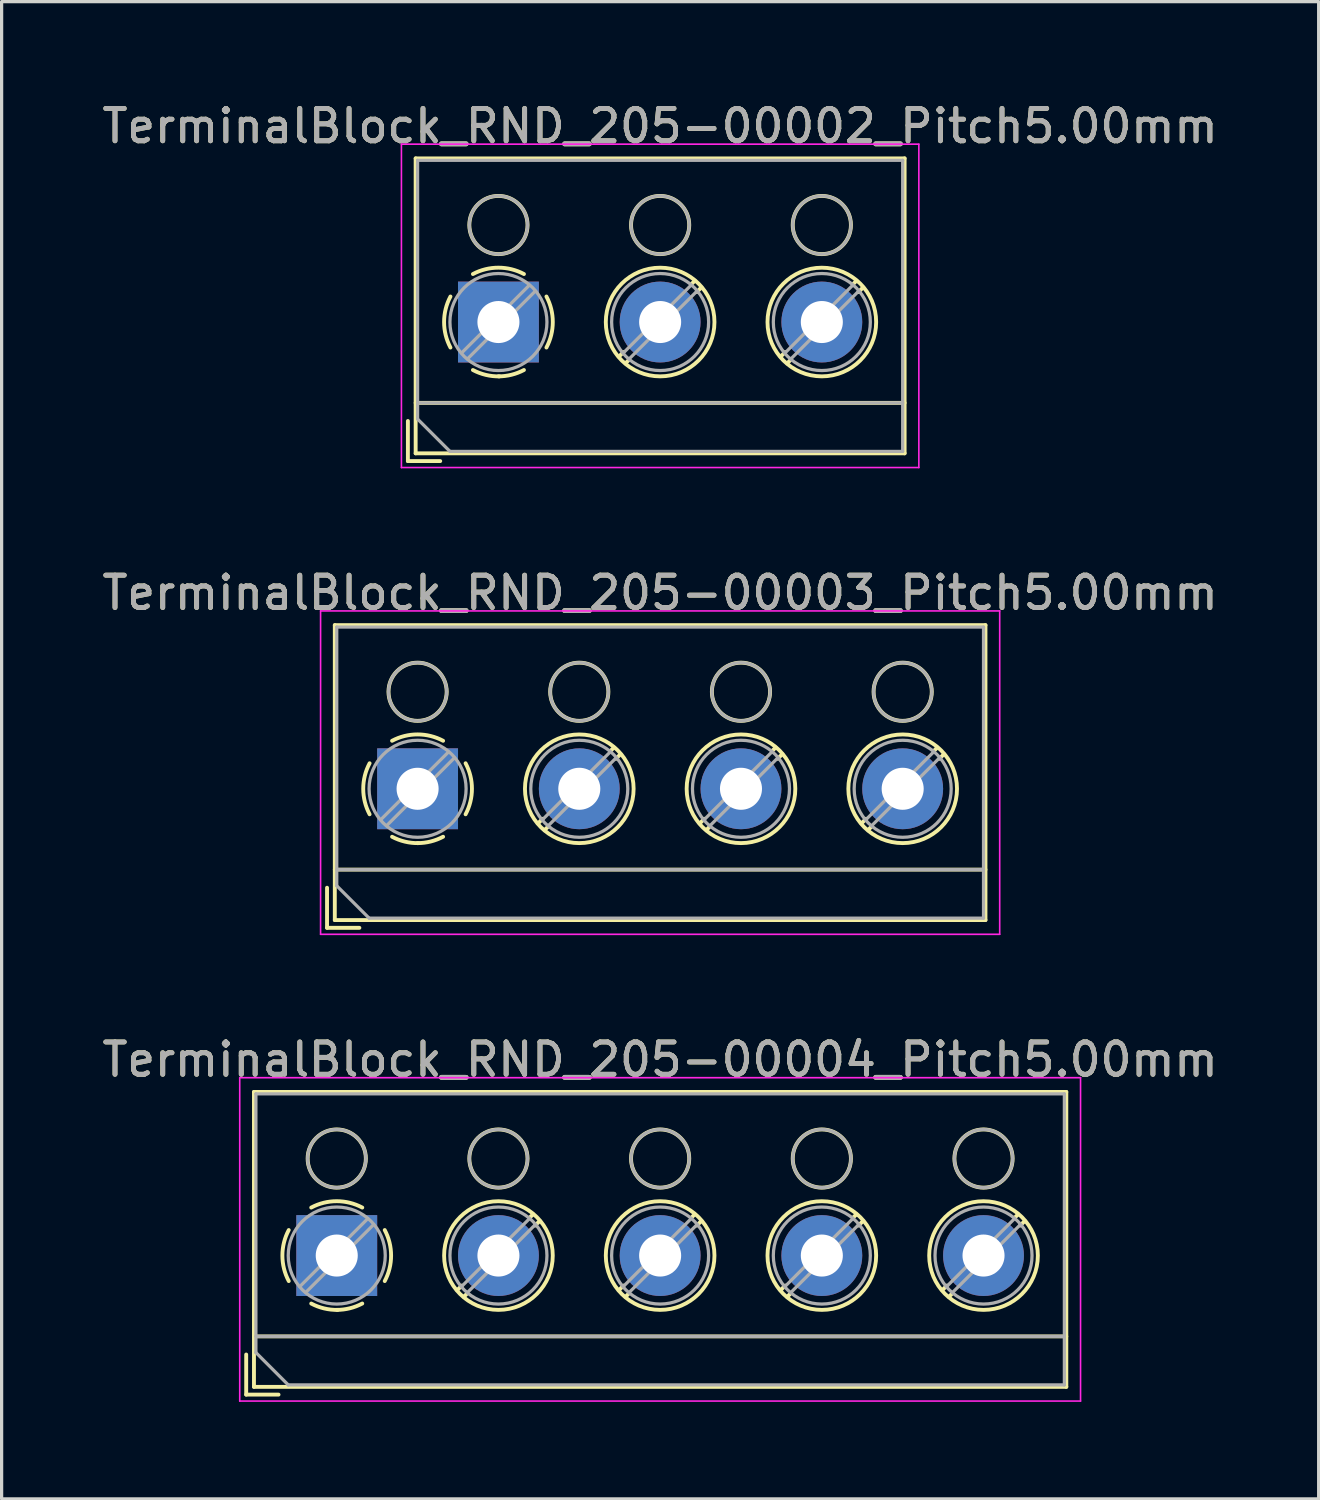
<source format=kicad_pcb>
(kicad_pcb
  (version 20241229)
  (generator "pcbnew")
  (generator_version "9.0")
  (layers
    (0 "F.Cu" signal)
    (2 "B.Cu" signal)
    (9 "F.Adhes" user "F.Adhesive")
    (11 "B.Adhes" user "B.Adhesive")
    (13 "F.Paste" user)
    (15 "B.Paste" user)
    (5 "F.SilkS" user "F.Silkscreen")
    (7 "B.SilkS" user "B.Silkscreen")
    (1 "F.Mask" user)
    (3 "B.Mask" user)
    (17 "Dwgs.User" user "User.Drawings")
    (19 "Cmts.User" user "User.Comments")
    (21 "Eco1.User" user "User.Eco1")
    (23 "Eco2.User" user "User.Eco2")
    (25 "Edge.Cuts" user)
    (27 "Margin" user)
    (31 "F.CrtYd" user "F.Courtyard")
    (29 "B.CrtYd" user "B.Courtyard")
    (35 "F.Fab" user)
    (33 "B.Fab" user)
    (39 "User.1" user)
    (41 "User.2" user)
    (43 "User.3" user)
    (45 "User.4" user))
  (footprint "TerminalBlock_RND_205-00002_Pitch5.00mm"
    (layer "F.Cu")
    (at 12.363 6.908)
    (property "Reference" "TerminalBlock_RND_205-00002_Pitch5.00mm" (at 5 -6.06 0) (layer "F.SilkS") (effects (font (size 1 1) (thickness 0.15))))
    (attr through_hole)
    (fp_line (start -2.8 3.06) (end -2.8 4.3) (stroke (width 0.12) (type solid)) (layer "F.SilkS"))
    (fp_line (start -2.8 4.3) (end -1.8 4.3) (stroke (width 0.12) (type solid)) (layer "F.SilkS"))
    (fp_line (start -2.56 -5.06) (end -2.56 4.06) (stroke (width 0.12) (type solid)) (layer "F.SilkS"))
    (fp_line (start -2.56 2.5) (end 12.56 2.5) (stroke (width 0.12) (type solid)) (layer "F.SilkS"))
    (fp_line (start -2.56 4.06) (end 12.56 4.06) (stroke (width 0.12) (type solid)) (layer "F.SilkS"))
    (fp_line (start 3.867 0.929) (end 3.726 1.069) (stroke (width 0.12) (type solid)) (layer "F.SilkS"))
    (fp_line (start 4.037 1.169) (end 3.931 1.274) (stroke (width 0.12) (type solid)) (layer "F.SilkS"))
    (fp_line (start 6.07 -1.275) (end 5.964 -1.169) (stroke (width 0.12) (type solid)) (layer "F.SilkS"))
    (fp_line (start 6.275 -1.069) (end 6.134 -0.929) (stroke (width 0.12) (type solid)) (layer "F.SilkS"))
    (fp_line (start 8.867 0.929) (end 8.726 1.069) (stroke (width 0.12) (type solid)) (layer "F.SilkS"))
    (fp_line (start 9.037 1.169) (end 8.931 1.274) (stroke (width 0.12) (type solid)) (layer "F.SilkS"))
    (fp_line (start 11.07 -1.275) (end 10.964 -1.169) (stroke (width 0.12) (type solid)) (layer "F.SilkS"))
    (fp_line (start 11.275 -1.069) (end 11.134 -0.929) (stroke (width 0.12) (type solid)) (layer "F.SilkS"))
    (fp_line (start 12.56 -5.06) (end -2.56 -5.06) (stroke (width 0.12) (type solid)) (layer "F.SilkS"))
    (fp_line (start 12.56 4.06) (end 12.56 -5.06) (stroke (width 0.12) (type solid)) (layer "F.SilkS"))
    (fp_arc (start -1.483953 0.789089) (mid -1.680708 0.00005) (end -1.484 -0.789) (stroke (width 0.12) (type solid)) (layer "F.SilkS"))
    (fp_arc (start -0.789089 -1.483953) (mid -0.00005 -1.680708) (end 0.789 -1.484) (stroke (width 0.12) (type solid)) (layer "F.SilkS"))
    (fp_arc (start 0.029383 1.68045) (mid -0.392304 1.634281) (end -0.789 1.484) (stroke (width 0.12) (type solid)) (layer "F.SilkS"))
    (fp_arc (start 0.788712 1.483352) (mid 0.406429 1.630097) (end 0 1.68) (stroke (width 0.12) (type solid)) (layer "F.SilkS"))
    (fp_arc (start 1.483953 -0.789089) (mid 1.680708 -0.00005) (end 1.484 0.789) (stroke (width 0.12) (type solid)) (layer "F.SilkS"))
    (fp_circle (center 0 -3) (end 0.9 -3) (stroke (width 0.12) (type solid)) (fill no) (layer "F.SilkS"))
    (fp_circle (center 5 -3) (end 5.9 -3) (stroke (width 0.12) (type solid)) (fill no) (layer "F.SilkS"))
    (fp_circle (center 5 0) (end 6.68 0) (stroke (width 0.12) (type solid)) (fill no) (layer "F.SilkS"))
    (fp_circle (center 10 -3) (end 10.9 -3) (stroke (width 0.12) (type solid)) (fill no) (layer "F.SilkS"))
    (fp_circle (center 10 0) (end 11.68 0) (stroke (width 0.12) (type solid)) (fill no) (layer "F.SilkS"))
    (fp_line (start -3 -5.5) (end -3 4.5) (stroke (width 0.05) (type solid)) (layer "F.CrtYd"))
    (fp_line (start -3 4.5) (end 13 4.5) (stroke (width 0.05) (type solid)) (layer "F.CrtYd"))
    (fp_line (start 13 -5.5) (end -3 -5.5) (stroke (width 0.05) (type solid)) (layer "F.CrtYd"))
    (fp_line (start 13 4.5) (end 13 -5.5) (stroke (width 0.05) (type solid)) (layer "F.CrtYd"))
    (fp_line (start -2.5 -5) (end 12.5 -5) (stroke (width 0.1) (type solid)) (layer "F.Fab"))
    (fp_line (start -2.5 2.5) (end 12.5 2.5) (stroke (width 0.1) (type solid)) (layer "F.Fab"))
    (fp_line (start -2.5 3) (end -2.5 -5) (stroke (width 0.1) (type solid)) (layer "F.Fab"))
    (fp_line (start -1.5 4) (end -2.5 3) (stroke (width 0.1) (type solid)) (layer "F.Fab"))
    (fp_line (start 0.955 -1.138) (end -1.138 0.955) (stroke (width 0.1) (type solid)) (layer "F.Fab"))
    (fp_line (start 1.138 -0.955) (end -0.955 1.138) (stroke (width 0.1) (type solid)) (layer "F.Fab"))
    (fp_line (start 5.955 -1.138) (end 3.863 0.955) (stroke (width 0.1) (type solid)) (layer "F.Fab"))
    (fp_line (start 6.138 -0.955) (end 4.046 1.138) (stroke (width 0.1) (type solid)) (layer "F.Fab"))
    (fp_line (start 10.955 -1.138) (end 8.863 0.955) (stroke (width 0.1) (type solid)) (layer "F.Fab"))
    (fp_line (start 11.138 -0.955) (end 9.046 1.138) (stroke (width 0.1) (type solid)) (layer "F.Fab"))
    (fp_line (start 12.5 -5) (end 12.5 4) (stroke (width 0.1) (type solid)) (layer "F.Fab"))
    (fp_line (start 12.5 4) (end -1.5 4) (stroke (width 0.1) (type solid)) (layer "F.Fab"))
    (fp_circle (center 0 -3) (end 0.9 -3) (stroke (width 0.1) (type solid)) (fill no) (layer "F.Fab"))
    (fp_circle (center 0 0) (end 1.5 0) (stroke (width 0.1) (type solid)) (fill no) (layer "F.Fab"))
    (fp_circle (center 5 -3) (end 5.9 -3) (stroke (width 0.1) (type solid)) (fill no) (layer "F.Fab"))
    (fp_circle (center 5 0) (end 6.5 0) (stroke (width 0.1) (type solid)) (fill no) (layer "F.Fab"))
    (fp_circle (center 10 -3) (end 10.9 -3) (stroke (width 0.1) (type solid)) (fill no) (layer "F.Fab"))
    (fp_circle (center 10 0) (end 11.5 0) (stroke (width 0.1) (type solid)) (fill no) (layer "F.Fab"))
    (fp_text user "${REFERENCE}" (at 5 -6.06 0) (layer "F.Fab") (effects (font (size 1 1) (thickness 0.15))))
    (pad "1" thru_hole rect (at 0 0) (size 2.5 2.5) (drill 1.3) (layers "*.Cu" "*.Mask"))
    (pad "2" thru_hole oval (at 5 0) (size 2.5 2.5) (drill 1.3) (layers "*.Cu" "*.Mask"))
    (pad "3" thru_hole oval (at 10 0) (size 2.5 2.5) (drill 1.3) (layers "*.Cu" "*.Mask")))
  (footprint "TerminalBlock_RND_205-00003_Pitch5.00mm"
    (layer "F.Cu")
    (at 9.863 21.341)
    (property "Reference" "TerminalBlock_RND_205-00003_Pitch5.00mm" (at 7.5 -6.06 0) (layer "F.SilkS") (effects (font (size 1 1) (thickness 0.15))))
    (attr through_hole)
    (fp_line (start -2.8 3.06) (end -2.8 4.3) (stroke (width 0.12) (type solid)) (layer "F.SilkS"))
    (fp_line (start -2.8 4.3) (end -1.8 4.3) (stroke (width 0.12) (type solid)) (layer "F.SilkS"))
    (fp_line (start -2.56 -5.06) (end -2.56 4.06) (stroke (width 0.12) (type solid)) (layer "F.SilkS"))
    (fp_line (start -2.56 2.5) (end 17.56 2.5) (stroke (width 0.12) (type solid)) (layer "F.SilkS"))
    (fp_line (start -2.56 4.06) (end 17.56 4.06) (stroke (width 0.12) (type solid)) (layer "F.SilkS"))
    (fp_line (start 3.867 0.929) (end 3.726 1.069) (stroke (width 0.12) (type solid)) (layer "F.SilkS"))
    (fp_line (start 4.037 1.169) (end 3.931 1.274) (stroke (width 0.12) (type solid)) (layer "F.SilkS"))
    (fp_line (start 6.07 -1.275) (end 5.964 -1.169) (stroke (width 0.12) (type solid)) (layer "F.SilkS"))
    (fp_line (start 6.275 -1.069) (end 6.134 -0.929) (stroke (width 0.12) (type solid)) (layer "F.SilkS"))
    (fp_line (start 8.867 0.929) (end 8.726 1.069) (stroke (width 0.12) (type solid)) (layer "F.SilkS"))
    (fp_line (start 9.037 1.169) (end 8.931 1.274) (stroke (width 0.12) (type solid)) (layer "F.SilkS"))
    (fp_line (start 11.07 -1.275) (end 10.964 -1.169) (stroke (width 0.12) (type solid)) (layer "F.SilkS"))
    (fp_line (start 11.275 -1.069) (end 11.134 -0.929) (stroke (width 0.12) (type solid)) (layer "F.SilkS"))
    (fp_line (start 13.867 0.929) (end 13.726 1.069) (stroke (width 0.12) (type solid)) (layer "F.SilkS"))
    (fp_line (start 14.037 1.169) (end 13.931 1.274) (stroke (width 0.12) (type solid)) (layer "F.SilkS"))
    (fp_line (start 16.07 -1.275) (end 15.964 -1.169) (stroke (width 0.12) (type solid)) (layer "F.SilkS"))
    (fp_line (start 16.275 -1.069) (end 16.134 -0.929) (stroke (width 0.12) (type solid)) (layer "F.SilkS"))
    (fp_line (start 17.56 -5.06) (end -2.56 -5.06) (stroke (width 0.12) (type solid)) (layer "F.SilkS"))
    (fp_line (start 17.56 4.06) (end 17.56 -5.06) (stroke (width 0.12) (type solid)) (layer "F.SilkS"))
    (fp_arc (start -1.483953 0.789089) (mid -1.680708 0.00005) (end -1.484 -0.789) (stroke (width 0.12) (type solid)) (layer "F.SilkS"))
    (fp_arc (start -0.789089 -1.483953) (mid -0.00005 -1.680708) (end 0.789 -1.484) (stroke (width 0.12) (type solid)) (layer "F.SilkS"))
    (fp_arc (start 0.029383 1.68045) (mid -0.392304 1.634281) (end -0.789 1.484) (stroke (width 0.12) (type solid)) (layer "F.SilkS"))
    (fp_arc (start 0.788712 1.483352) (mid 0.406429 1.630097) (end 0 1.68) (stroke (width 0.12) (type solid)) (layer "F.SilkS"))
    (fp_arc (start 1.483953 -0.789089) (mid 1.680708 -0.00005) (end 1.484 0.789) (stroke (width 0.12) (type solid)) (layer "F.SilkS"))
    (fp_circle (center 0 -3) (end 0.9 -3) (stroke (width 0.12) (type solid)) (fill no) (layer "F.SilkS"))
    (fp_circle (center 5 -3) (end 5.9 -3) (stroke (width 0.12) (type solid)) (fill no) (layer "F.SilkS"))
    (fp_circle (center 5 0) (end 6.68 0) (stroke (width 0.12) (type solid)) (fill no) (layer "F.SilkS"))
    (fp_circle (center 10 -3) (end 10.9 -3) (stroke (width 0.12) (type solid)) (fill no) (layer "F.SilkS"))
    (fp_circle (center 10 0) (end 11.68 0) (stroke (width 0.12) (type solid)) (fill no) (layer "F.SilkS"))
    (fp_circle (center 15 -3) (end 15.9 -3) (stroke (width 0.12) (type solid)) (fill no) (layer "F.SilkS"))
    (fp_circle (center 15 0) (end 16.68 0) (stroke (width 0.12) (type solid)) (fill no) (layer "F.SilkS"))
    (fp_line (start -3 -5.5) (end -3 4.5) (stroke (width 0.05) (type solid)) (layer "F.CrtYd"))
    (fp_line (start -3 4.5) (end 18 4.5) (stroke (width 0.05) (type solid)) (layer "F.CrtYd"))
    (fp_line (start 18 -5.5) (end -3 -5.5) (stroke (width 0.05) (type solid)) (layer "F.CrtYd"))
    (fp_line (start 18 4.5) (end 18 -5.5) (stroke (width 0.05) (type solid)) (layer "F.CrtYd"))
    (fp_line (start -2.5 -5) (end 17.5 -5) (stroke (width 0.1) (type solid)) (layer "F.Fab"))
    (fp_line (start -2.5 2.5) (end 17.5 2.5) (stroke (width 0.1) (type solid)) (layer "F.Fab"))
    (fp_line (start -2.5 3) (end -2.5 -5) (stroke (width 0.1) (type solid)) (layer "F.Fab"))
    (fp_line (start -1.5 4) (end -2.5 3) (stroke (width 0.1) (type solid)) (layer "F.Fab"))
    (fp_line (start 0.955 -1.138) (end -1.138 0.955) (stroke (width 0.1) (type solid)) (layer "F.Fab"))
    (fp_line (start 1.138 -0.955) (end -0.955 1.138) (stroke (width 0.1) (type solid)) (layer "F.Fab"))
    (fp_line (start 5.955 -1.138) (end 3.863 0.955) (stroke (width 0.1) (type solid)) (layer "F.Fab"))
    (fp_line (start 6.138 -0.955) (end 4.046 1.138) (stroke (width 0.1) (type solid)) (layer "F.Fab"))
    (fp_line (start 10.955 -1.138) (end 8.863 0.955) (stroke (width 0.1) (type solid)) (layer "F.Fab"))
    (fp_line (start 11.138 -0.955) (end 9.046 1.138) (stroke (width 0.1) (type solid)) (layer "F.Fab"))
    (fp_line (start 15.955 -1.138) (end 13.863 0.955) (stroke (width 0.1) (type solid)) (layer "F.Fab"))
    (fp_line (start 16.138 -0.955) (end 14.046 1.138) (stroke (width 0.1) (type solid)) (layer "F.Fab"))
    (fp_line (start 17.5 -5) (end 17.5 4) (stroke (width 0.1) (type solid)) (layer "F.Fab"))
    (fp_line (start 17.5 4) (end -1.5 4) (stroke (width 0.1) (type solid)) (layer "F.Fab"))
    (fp_circle (center 0 -3) (end 0.9 -3) (stroke (width 0.1) (type solid)) (fill no) (layer "F.Fab"))
    (fp_circle (center 0 0) (end 1.5 0) (stroke (width 0.1) (type solid)) (fill no) (layer "F.Fab"))
    (fp_circle (center 5 -3) (end 5.9 -3) (stroke (width 0.1) (type solid)) (fill no) (layer "F.Fab"))
    (fp_circle (center 5 0) (end 6.5 0) (stroke (width 0.1) (type solid)) (fill no) (layer "F.Fab"))
    (fp_circle (center 10 -3) (end 10.9 -3) (stroke (width 0.1) (type solid)) (fill no) (layer "F.Fab"))
    (fp_circle (center 10 0) (end 11.5 0) (stroke (width 0.1) (type solid)) (fill no) (layer "F.Fab"))
    (fp_circle (center 15 -3) (end 15.9 -3) (stroke (width 0.1) (type solid)) (fill no) (layer "F.Fab"))
    (fp_circle (center 15 0) (end 16.5 0) (stroke (width 0.1) (type solid)) (fill no) (layer "F.Fab"))
    (fp_text user "${REFERENCE}" (at 7.5 -6.06 0) (layer "F.Fab") (effects (font (size 1 1) (thickness 0.15))))
    (pad "1" thru_hole rect (at 0 0) (size 2.5 2.5) (drill 1.3) (layers "*.Cu" "*.Mask"))
    (pad "2" thru_hole oval (at 5 0) (size 2.5 2.5) (drill 1.3) (layers "*.Cu" "*.Mask"))
    (pad "3" thru_hole oval (at 10 0) (size 2.5 2.5) (drill 1.3) (layers "*.Cu" "*.Mask"))
    (pad "4" thru_hole oval (at 15 0) (size 2.5 2.5) (drill 1.3) (layers "*.Cu" "*.Mask")))
  (footprint "TerminalBlock_RND_205-00004_Pitch5.00mm"
    (layer "F.Cu")
    (at 7.363 35.775)
    (property "Reference" "TerminalBlock_RND_205-00004_Pitch5.00mm" (at 10 -6.06 0) (layer "F.SilkS") (effects (font (size 1 1) (thickness 0.15))))
    (attr through_hole)
    (fp_line (start -2.8 3.06) (end -2.8 4.3) (stroke (width 0.12) (type solid)) (layer "F.SilkS"))
    (fp_line (start -2.8 4.3) (end -1.8 4.3) (stroke (width 0.12) (type solid)) (layer "F.SilkS"))
    (fp_line (start -2.56 -5.06) (end -2.56 4.06) (stroke (width 0.12) (type solid)) (layer "F.SilkS"))
    (fp_line (start -2.56 2.5) (end 22.56 2.5) (stroke (width 0.12) (type solid)) (layer "F.SilkS"))
    (fp_line (start -2.56 4.06) (end 22.56 4.06) (stroke (width 0.12) (type solid)) (layer "F.SilkS"))
    (fp_line (start 3.867 0.929) (end 3.726 1.069) (stroke (width 0.12) (type solid)) (layer "F.SilkS"))
    (fp_line (start 4.037 1.169) (end 3.931 1.274) (stroke (width 0.12) (type solid)) (layer "F.SilkS"))
    (fp_line (start 6.07 -1.275) (end 5.964 -1.169) (stroke (width 0.12) (type solid)) (layer "F.SilkS"))
    (fp_line (start 6.275 -1.069) (end 6.134 -0.929) (stroke (width 0.12) (type solid)) (layer "F.SilkS"))
    (fp_line (start 8.867 0.929) (end 8.726 1.069) (stroke (width 0.12) (type solid)) (layer "F.SilkS"))
    (fp_line (start 9.037 1.169) (end 8.931 1.274) (stroke (width 0.12) (type solid)) (layer "F.SilkS"))
    (fp_line (start 11.07 -1.275) (end 10.964 -1.169) (stroke (width 0.12) (type solid)) (layer "F.SilkS"))
    (fp_line (start 11.275 -1.069) (end 11.134 -0.929) (stroke (width 0.12) (type solid)) (layer "F.SilkS"))
    (fp_line (start 13.867 0.929) (end 13.726 1.069) (stroke (width 0.12) (type solid)) (layer "F.SilkS"))
    (fp_line (start 14.037 1.169) (end 13.931 1.274) (stroke (width 0.12) (type solid)) (layer "F.SilkS"))
    (fp_line (start 16.07 -1.275) (end 15.964 -1.169) (stroke (width 0.12) (type solid)) (layer "F.SilkS"))
    (fp_line (start 16.275 -1.069) (end 16.134 -0.929) (stroke (width 0.12) (type solid)) (layer "F.SilkS"))
    (fp_line (start 18.867 0.929) (end 18.726 1.069) (stroke (width 0.12) (type solid)) (layer "F.SilkS"))
    (fp_line (start 19.037 1.169) (end 18.931 1.274) (stroke (width 0.12) (type solid)) (layer "F.SilkS"))
    (fp_line (start 21.07 -1.275) (end 20.964 -1.169) (stroke (width 0.12) (type solid)) (layer "F.SilkS"))
    (fp_line (start 21.275 -1.069) (end 21.134 -0.929) (stroke (width 0.12) (type solid)) (layer "F.SilkS"))
    (fp_line (start 22.56 -5.06) (end -2.56 -5.06) (stroke (width 0.12) (type solid)) (layer "F.SilkS"))
    (fp_line (start 22.56 4.06) (end 22.56 -5.06) (stroke (width 0.12) (type solid)) (layer "F.SilkS"))
    (fp_arc (start -1.483953 0.789089) (mid -1.680708 0.00005) (end -1.484 -0.789) (stroke (width 0.12) (type solid)) (layer "F.SilkS"))
    (fp_arc (start -0.789089 -1.483953) (mid -0.00005 -1.680708) (end 0.789 -1.484) (stroke (width 0.12) (type solid)) (layer "F.SilkS"))
    (fp_arc (start 0.029383 1.68045) (mid -0.392304 1.634281) (end -0.789 1.484) (stroke (width 0.12) (type solid)) (layer "F.SilkS"))
    (fp_arc (start 0.788712 1.483352) (mid 0.406429 1.630097) (end 0 1.68) (stroke (width 0.12) (type solid)) (layer "F.SilkS"))
    (fp_arc (start 1.483953 -0.789089) (mid 1.680708 -0.00005) (end 1.484 0.789) (stroke (width 0.12) (type solid)) (layer "F.SilkS"))
    (fp_circle (center 0 -3) (end 0.9 -3) (stroke (width 0.12) (type solid)) (fill no) (layer "F.SilkS"))
    (fp_circle (center 5 -3) (end 5.9 -3) (stroke (width 0.12) (type solid)) (fill no) (layer "F.SilkS"))
    (fp_circle (center 5 0) (end 6.68 0) (stroke (width 0.12) (type solid)) (fill no) (layer "F.SilkS"))
    (fp_circle (center 10 -3) (end 10.9 -3) (stroke (width 0.12) (type solid)) (fill no) (layer "F.SilkS"))
    (fp_circle (center 10 0) (end 11.68 0) (stroke (width 0.12) (type solid)) (fill no) (layer "F.SilkS"))
    (fp_circle (center 15 -3) (end 15.9 -3) (stroke (width 0.12) (type solid)) (fill no) (layer "F.SilkS"))
    (fp_circle (center 15 0) (end 16.68 0) (stroke (width 0.12) (type solid)) (fill no) (layer "F.SilkS"))
    (fp_circle (center 20 -3) (end 20.9 -3) (stroke (width 0.12) (type solid)) (fill no) (layer "F.SilkS"))
    (fp_circle (center 20 0) (end 21.68 0) (stroke (width 0.12) (type solid)) (fill no) (layer "F.SilkS"))
    (fp_line (start -3 -5.5) (end -3 4.5) (stroke (width 0.05) (type solid)) (layer "F.CrtYd"))
    (fp_line (start -3 4.5) (end 23 4.5) (stroke (width 0.05) (type solid)) (layer "F.CrtYd"))
    (fp_line (start 23 -5.5) (end -3 -5.5) (stroke (width 0.05) (type solid)) (layer "F.CrtYd"))
    (fp_line (start 23 4.5) (end 23 -5.5) (stroke (width 0.05) (type solid)) (layer "F.CrtYd"))
    (fp_line (start -2.5 -5) (end 22.5 -5) (stroke (width 0.1) (type solid)) (layer "F.Fab"))
    (fp_line (start -2.5 2.5) (end 22.5 2.5) (stroke (width 0.1) (type solid)) (layer "F.Fab"))
    (fp_line (start -2.5 3) (end -2.5 -5) (stroke (width 0.1) (type solid)) (layer "F.Fab"))
    (fp_line (start -1.5 4) (end -2.5 3) (stroke (width 0.1) (type solid)) (layer "F.Fab"))
    (fp_line (start 0.955 -1.138) (end -1.138 0.955) (stroke (width 0.1) (type solid)) (layer "F.Fab"))
    (fp_line (start 1.138 -0.955) (end -0.955 1.138) (stroke (width 0.1) (type solid)) (layer "F.Fab"))
    (fp_line (start 5.955 -1.138) (end 3.863 0.955) (stroke (width 0.1) (type solid)) (layer "F.Fab"))
    (fp_line (start 6.138 -0.955) (end 4.046 1.138) (stroke (width 0.1) (type solid)) (layer "F.Fab"))
    (fp_line (start 10.955 -1.138) (end 8.863 0.955) (stroke (width 0.1) (type solid)) (layer "F.Fab"))
    (fp_line (start 11.138 -0.955) (end 9.046 1.138) (stroke (width 0.1) (type solid)) (layer "F.Fab"))
    (fp_line (start 15.955 -1.138) (end 13.863 0.955) (stroke (width 0.1) (type solid)) (layer "F.Fab"))
    (fp_line (start 16.138 -0.955) (end 14.046 1.138) (stroke (width 0.1) (type solid)) (layer "F.Fab"))
    (fp_line (start 20.955 -1.138) (end 18.863 0.955) (stroke (width 0.1) (type solid)) (layer "F.Fab"))
    (fp_line (start 21.138 -0.955) (end 19.046 1.138) (stroke (width 0.1) (type solid)) (layer "F.Fab"))
    (fp_line (start 22.5 -5) (end 22.5 4) (stroke (width 0.1) (type solid)) (layer "F.Fab"))
    (fp_line (start 22.5 4) (end -1.5 4) (stroke (width 0.1) (type solid)) (layer "F.Fab"))
    (fp_circle (center 0 -3) (end 0.9 -3) (stroke (width 0.1) (type solid)) (fill no) (layer "F.Fab"))
    (fp_circle (center 0 0) (end 1.5 0) (stroke (width 0.1) (type solid)) (fill no) (layer "F.Fab"))
    (fp_circle (center 5 -3) (end 5.9 -3) (stroke (width 0.1) (type solid)) (fill no) (layer "F.Fab"))
    (fp_circle (center 5 0) (end 6.5 0) (stroke (width 0.1) (type solid)) (fill no) (layer "F.Fab"))
    (fp_circle (center 10 -3) (end 10.9 -3) (stroke (width 0.1) (type solid)) (fill no) (layer "F.Fab"))
    (fp_circle (center 10 0) (end 11.5 0) (stroke (width 0.1) (type solid)) (fill no) (layer "F.Fab"))
    (fp_circle (center 15 -3) (end 15.9 -3) (stroke (width 0.1) (type solid)) (fill no) (layer "F.Fab"))
    (fp_circle (center 15 0) (end 16.5 0) (stroke (width 0.1) (type solid)) (fill no) (layer "F.Fab"))
    (fp_circle (center 20 -3) (end 20.9 -3) (stroke (width 0.1) (type solid)) (fill no) (layer "F.Fab"))
    (fp_circle (center 20 0) (end 21.5 0) (stroke (width 0.1) (type solid)) (fill no) (layer "F.Fab"))
    (fp_text user "${REFERENCE}" (at 10 -6.06 0) (layer "F.Fab") (effects (font (size 1 1) (thickness 0.15))))
    (pad "1" thru_hole rect (at 0 0) (size 2.5 2.5) (drill 1.3) (layers "*.Cu" "*.Mask"))
    (pad "2" thru_hole oval (at 5 0) (size 2.5 2.5) (drill 1.3) (layers "*.Cu" "*.Mask"))
    (pad "3" thru_hole oval (at 10 0) (size 2.5 2.5) (drill 1.3) (layers "*.Cu" "*.Mask"))
    (pad "4" thru_hole oval (at 15 0) (size 2.5 2.5) (drill 1.3) (layers "*.Cu" "*.Mask"))
    (pad "5" thru_hole oval (at 20 0) (size 2.5 2.5) (drill 1.3) (layers "*.Cu" "*.Mask")))
  (gr_rect
    (start -3 -3)
    (end 37.726 43.3)
    (stroke (width 0.1) (type default))
    (fill no)
    (layer "Edge.Cuts")))
</source>
